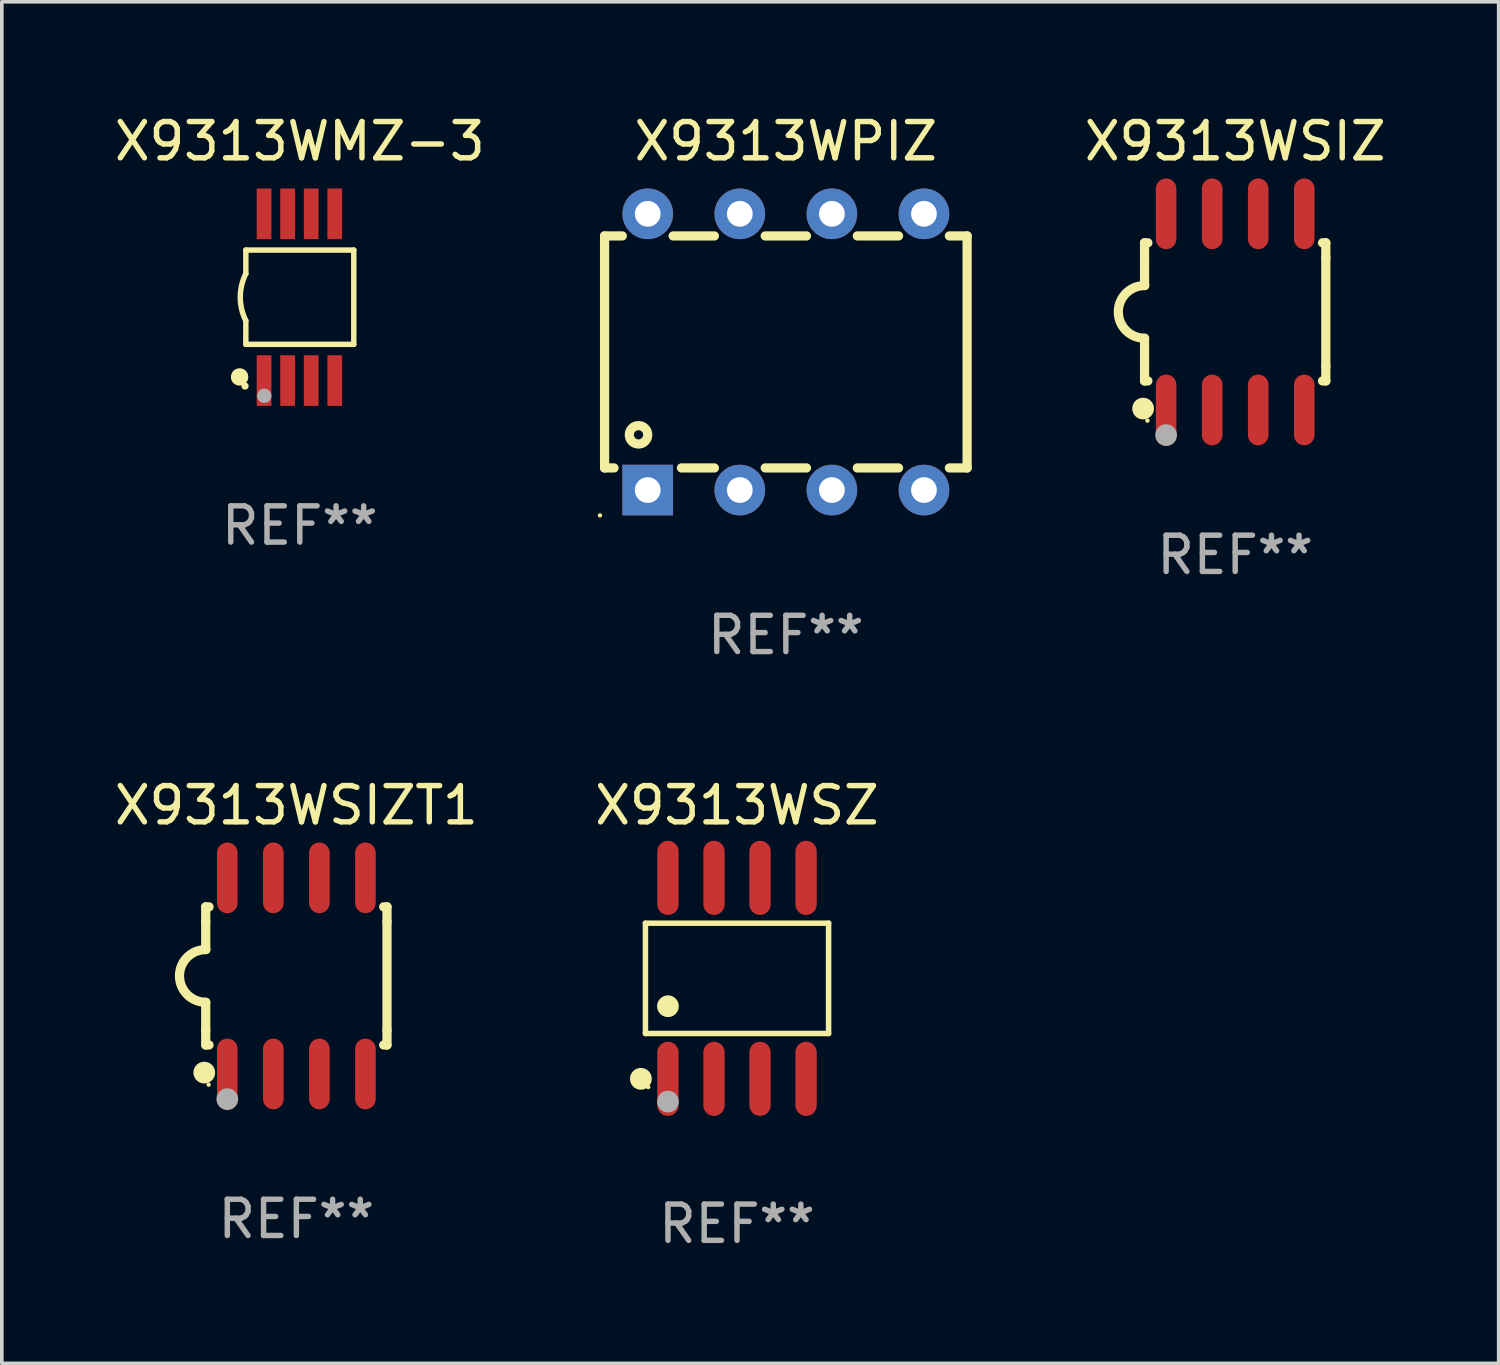
<source format=kicad_pcb>
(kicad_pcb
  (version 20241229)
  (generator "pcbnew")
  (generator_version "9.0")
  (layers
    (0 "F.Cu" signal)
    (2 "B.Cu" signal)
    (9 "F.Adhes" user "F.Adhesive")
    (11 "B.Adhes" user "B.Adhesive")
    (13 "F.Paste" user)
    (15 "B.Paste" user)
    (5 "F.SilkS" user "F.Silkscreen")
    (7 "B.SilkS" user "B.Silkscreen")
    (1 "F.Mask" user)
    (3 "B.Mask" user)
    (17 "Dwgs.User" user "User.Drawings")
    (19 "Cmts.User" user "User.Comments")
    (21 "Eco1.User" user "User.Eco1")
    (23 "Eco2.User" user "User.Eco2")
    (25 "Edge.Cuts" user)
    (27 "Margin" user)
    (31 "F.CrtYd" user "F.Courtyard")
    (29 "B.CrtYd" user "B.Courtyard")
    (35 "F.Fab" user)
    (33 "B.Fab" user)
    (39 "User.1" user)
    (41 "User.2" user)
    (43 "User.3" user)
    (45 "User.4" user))
  (footprint "X9313WSZ"
    (layer "F.Cu")
    (at 17.28 23.937)
    (property "Reference" "X9313WSZ" (at 0 -4.772 0) (layer "F.SilkS") (effects (font (size 1 1) (thickness 0.15))))
    (attr through_hole)
    (fp_line (start -2.526 -1.521) (end 2.526 -1.521) (stroke (width 0.152) (type solid)) (layer "F.SilkS"))
    (fp_line (start -2.526 1.521) (end -2.526 -1.521) (stroke (width 0.152) (type solid)) (layer "F.SilkS"))
    (fp_line (start 2.526 -1.521) (end 2.526 1.521) (stroke (width 0.152) (type solid)) (layer "F.SilkS"))
    (fp_line (start 2.526 1.521) (end -2.526 1.521) (stroke (width 0.152) (type solid)) (layer "F.SilkS"))
    (fp_circle (center -2.652 2.772) (end -2.501 2.772) (stroke (width 0.3) (type solid)) (fill no) (layer "F.SilkS"))
    (fp_circle (center -2.45 3) (end -2.42 3) (stroke (width 0.06) (type solid)) (fill no) (layer "F.SilkS"))
    (fp_circle (center -1.905 0.769) (end -1.755 0.769) (stroke (width 0.3) (type solid)) (fill no) (layer "F.SilkS"))
    (fp_circle (center -1.905 3.4) (end -1.755 3.4) (stroke (width 0.3) (type solid)) (fill no) (layer "F.Fab"))
    (fp_text user "REF**" (at 0 6.772 0) (layer "F.Fab") (effects (font (size 1 1) (thickness 0.15))))
    (pad "1" smd oval (at -1.905 2.772) (size 0.588 2.045) (layers "F.Cu" "F.Mask" "F.Paste"))
    (pad "2" smd oval (at -0.635 2.772) (size 0.588 2.045) (layers "F.Cu" "F.Mask" "F.Paste"))
    (pad "3" smd oval (at 0.635 2.772) (size 0.588 2.045) (layers "F.Cu" "F.Mask" "F.Paste"))
    (pad "4" smd oval (at 1.905 2.772) (size 0.588 2.045) (layers "F.Cu" "F.Mask" "F.Paste"))
    (pad "5" smd oval (at 1.905 -2.772) (size 0.588 2.045) (layers "F.Cu" "F.Mask" "F.Paste"))
    (pad "6" smd oval (at 0.635 -2.772) (size 0.588 2.045) (layers "F.Cu" "F.Mask" "F.Paste"))
    (pad "7" smd oval (at -0.635 -2.772) (size 0.588 2.045) (layers "F.Cu" "F.Mask" "F.Paste"))
    (pad "8" smd oval (at -1.905 -2.772) (size 0.588 2.045) (layers "F.Cu" "F.Mask" "F.Paste")))
  (footprint "X9313WPIZ"
    (layer "F.Cu")
    (at 18.627 6.658)
    (property "Reference" "X9313WPIZ" (at 0 -5.81 0) (layer "F.SilkS") (effects (font (size 1 1) (thickness 0.15))))
    (attr through_hole)
    (fp_line (start -5 -3.2) (end -5 3.2) (stroke (width 0.254) (type solid)) (layer "F.SilkS"))
    (fp_line (start -5 -3.2) (end -4.511 -3.2) (stroke (width 0.254) (type solid)) (layer "F.SilkS"))
    (fp_line (start -5 3.2) (end -4.74 3.2) (stroke (width 0.254) (type solid)) (layer "F.SilkS"))
    (fp_line (start -3.109 -3.2) (end -1.971 -3.2) (stroke (width 0.254) (type solid)) (layer "F.SilkS"))
    (fp_line (start -2.88 3.2) (end -1.971 3.2) (stroke (width 0.254) (type solid)) (layer "F.SilkS"))
    (fp_line (start -0.569 -3.2) (end 0.569 -3.2) (stroke (width 0.254) (type solid)) (layer "F.SilkS"))
    (fp_line (start -0.569 3.2) (end 0.569 3.2) (stroke (width 0.254) (type solid)) (layer "F.SilkS"))
    (fp_line (start 1.971 -3.2) (end 3.109 -3.2) (stroke (width 0.254) (type solid)) (layer "F.SilkS"))
    (fp_line (start 1.971 3.2) (end 3.109 3.2) (stroke (width 0.254) (type solid)) (layer "F.SilkS"))
    (fp_line (start 4.511 -3.2) (end 5 -3.2) (stroke (width 0.254) (type solid)) (layer "F.SilkS"))
    (fp_line (start 4.511 3.2) (end 5 3.2) (stroke (width 0.254) (type solid)) (layer "F.SilkS"))
    (fp_line (start 5 -3.2) (end 5 3.2) (stroke (width 0.254) (type solid)) (layer "F.SilkS"))
    (fp_circle (center -5.127 4.509) (end -5.097 4.509) (stroke (width 0.06) (type solid)) (fill no) (layer "F.SilkS"))
    (fp_circle (center -4.064 2.286) (end -3.81 2.286) (stroke (width 0.254) (type solid)) (fill no) (layer "F.SilkS"))
    (fp_text user "REF**" (at 0 7.81 0) (layer "F.Fab") (effects (font (size 1 1) (thickness 0.15))))
    (pad "1" thru_hole rect (at -3.81 3.81) (size 1.397 1.397) (drill 0.711) (layers "*.Cu" "*.Mask"))
    (pad "2" thru_hole circle (at -1.27 3.81) (size 1.397 1.397) (drill 0.711) (layers "*.Cu" "*.Mask"))
    (pad "3" thru_hole circle (at 1.27 3.81) (size 1.397 1.397) (drill 0.711) (layers "*.Cu" "*.Mask"))
    (pad "4" thru_hole circle (at 3.81 3.81) (size 1.397 1.397) (drill 0.711) (layers "*.Cu" "*.Mask"))
    (pad "5" thru_hole circle (at 3.81 -3.81) (size 1.397 1.397) (drill 0.711) (layers "*.Cu" "*.Mask"))
    (pad "6" thru_hole circle (at 1.27 -3.81) (size 1.397 1.397) (drill 0.711) (layers "*.Cu" "*.Mask"))
    (pad "7" thru_hole circle (at -1.27 -3.81) (size 1.397 1.397) (drill 0.711) (layers "*.Cu" "*.Mask"))
    (pad "8" thru_hole circle (at -3.81 -3.81) (size 1.397 1.397) (drill 0.711) (layers "*.Cu" "*.Mask")))
  (footprint "X9313WSIZT1"
    (layer "F.Cu")
    (at 5.125 23.87)
    (property "Reference" "X9313WSIZT1" (at 0 -4.705 0) (layer "F.SilkS") (effects (font (size 1 1) (thickness 0.15))))
    (attr through_hole)
    (fp_line (start -2.5 -1.905) (end -2.409 -1.905) (stroke (width 0.254) (type solid)) (layer "F.SilkS"))
    (fp_line (start -2.5 -1.5) (end -2.5 -1.905) (stroke (width 0.254) (type solid)) (layer "F.SilkS"))
    (fp_line (start -2.5 -1.5) (end -2.5 -0.726) (stroke (width 0.254) (type solid)) (layer "F.SilkS"))
    (fp_line (start -2.5 1.5) (end -2.5 0.727) (stroke (width 0.254) (type solid)) (layer "F.SilkS"))
    (fp_line (start -2.5 1.5) (end -2.5 1.905) (stroke (width 0.254) (type solid)) (layer "F.SilkS"))
    (fp_line (start -2.5 1.905) (end -2.409 1.905) (stroke (width 0.254) (type solid)) (layer "F.SilkS"))
    (fp_line (start 2.5 -1.905) (end 2.409 -1.905) (stroke (width 0.254) (type solid)) (layer "F.SilkS"))
    (fp_line (start 2.5 -1.5) (end 2.5 -1.905) (stroke (width 0.254) (type solid)) (layer "F.SilkS"))
    (fp_line (start 2.5 -1.5) (end 2.5 1.5) (stroke (width 0.254) (type solid)) (layer "F.SilkS"))
    (fp_line (start 2.5 1.5) (end 2.5 1.905) (stroke (width 0.254) (type solid)) (layer "F.SilkS"))
    (fp_line (start 2.5 1.905) (end 2.409 1.905) (stroke (width 0.254) (type solid)) (layer "F.SilkS"))
    (fp_arc (start -2.5 0.726568) (mid -3.220316 -0.0023) (end -2.495097 -0.726289) (stroke (width 0.254001) (type solid)) (layer "F.SilkS"))
    (fp_circle (center -2.54 2.667) (end -2.39 2.667) (stroke (width 0.3) (type solid)) (fill no) (layer "F.SilkS"))
    (fp_circle (center -2.42 3) (end -2.39 3) (stroke (width 0.06) (type solid)) (fill no) (layer "F.SilkS"))
    (fp_circle (center -1.905 3.4) (end -1.755 3.4) (stroke (width 0.3) (type solid)) (fill no) (layer "F.Fab"))
    (fp_text user "REF**" (at 0 6.705 0) (layer "F.Fab") (effects (font (size 1 1) (thickness 0.15))))
    (pad "1" smd oval (at -1.905 2.705) (size 0.568 1.95) (layers "F.Cu" "F.Mask" "F.Paste"))
    (pad "2" smd oval (at -0.635 2.705) (size 0.568 1.95) (layers "F.Cu" "F.Mask" "F.Paste"))
    (pad "3" smd oval (at 0.635 2.705) (size 0.568 1.95) (layers "F.Cu" "F.Mask" "F.Paste"))
    (pad "4" smd oval (at 1.905 2.705) (size 0.568 1.95) (layers "F.Cu" "F.Mask" "F.Paste"))
    (pad "5" smd oval (at 1.905 -2.705) (size 0.568 1.95) (layers "F.Cu" "F.Mask" "F.Paste"))
    (pad "6" smd oval (at 0.635 -2.705) (size 0.568 1.95) (layers "F.Cu" "F.Mask" "F.Paste"))
    (pad "7" smd oval (at -0.635 -2.705) (size 0.568 1.95) (layers "F.Cu" "F.Mask" "F.Paste"))
    (pad "8" smd oval (at -1.905 -2.705) (size 0.568 1.95) (layers "F.Cu" "F.Mask" "F.Paste")))
  (footprint "X9313WSIZ"
    (layer "F.Cu")
    (at 31.022 5.553)
    (property "Reference" "X9313WSIZ" (at 0 -4.705 0) (layer "F.SilkS") (effects (font (size 1 1) (thickness 0.15))))
    (attr through_hole)
    (fp_line (start -2.5 -1.905) (end -2.409 -1.905) (stroke (width 0.254) (type solid)) (layer "F.SilkS"))
    (fp_line (start -2.5 -1.5) (end -2.5 -1.905) (stroke (width 0.254) (type solid)) (layer "F.SilkS"))
    (fp_line (start -2.5 -1.5) (end -2.5 -0.726) (stroke (width 0.254) (type solid)) (layer "F.SilkS"))
    (fp_line (start -2.5 1.5) (end -2.5 0.727) (stroke (width 0.254) (type solid)) (layer "F.SilkS"))
    (fp_line (start -2.5 1.5) (end -2.5 1.905) (stroke (width 0.254) (type solid)) (layer "F.SilkS"))
    (fp_line (start -2.5 1.905) (end -2.409 1.905) (stroke (width 0.254) (type solid)) (layer "F.SilkS"))
    (fp_line (start 2.5 -1.905) (end 2.409 -1.905) (stroke (width 0.254) (type solid)) (layer "F.SilkS"))
    (fp_line (start 2.5 -1.5) (end 2.5 -1.905) (stroke (width 0.254) (type solid)) (layer "F.SilkS"))
    (fp_line (start 2.5 -1.5) (end 2.5 1.5) (stroke (width 0.254) (type solid)) (layer "F.SilkS"))
    (fp_line (start 2.5 1.5) (end 2.5 1.905) (stroke (width 0.254) (type solid)) (layer "F.SilkS"))
    (fp_line (start 2.5 1.905) (end 2.409 1.905) (stroke (width 0.254) (type solid)) (layer "F.SilkS"))
    (fp_arc (start -2.5 0.726568) (mid -3.220316 -0.0023) (end -2.495097 -0.726289) (stroke (width 0.254001) (type solid)) (layer "F.SilkS"))
    (fp_circle (center -2.54 2.667) (end -2.39 2.667) (stroke (width 0.3) (type solid)) (fill no) (layer "F.SilkS"))
    (fp_circle (center -2.42 3) (end -2.39 3) (stroke (width 0.06) (type solid)) (fill no) (layer "F.SilkS"))
    (fp_circle (center -1.905 3.4) (end -1.755 3.4) (stroke (width 0.3) (type solid)) (fill no) (layer "F.Fab"))
    (fp_text user "REF**" (at 0 6.705 0) (layer "F.Fab") (effects (font (size 1 1) (thickness 0.15))))
    (pad "1" smd oval (at -1.905 2.705) (size 0.568 1.95) (layers "F.Cu" "F.Mask" "F.Paste"))
    (pad "2" smd oval (at -0.635 2.705) (size 0.568 1.95) (layers "F.Cu" "F.Mask" "F.Paste"))
    (pad "3" smd oval (at 0.635 2.705) (size 0.568 1.95) (layers "F.Cu" "F.Mask" "F.Paste"))
    (pad "4" smd oval (at 1.905 2.705) (size 0.568 1.95) (layers "F.Cu" "F.Mask" "F.Paste"))
    (pad "5" smd oval (at 1.905 -2.705) (size 0.568 1.95) (layers "F.Cu" "F.Mask" "F.Paste"))
    (pad "6" smd oval (at 0.635 -2.705) (size 0.568 1.95) (layers "F.Cu" "F.Mask" "F.Paste"))
    (pad "7" smd oval (at -0.635 -2.705) (size 0.568 1.95) (layers "F.Cu" "F.Mask" "F.Paste"))
    (pad "8" smd oval (at -1.905 -2.705) (size 0.568 1.95) (layers "F.Cu" "F.Mask" "F.Paste")))
  (footprint "X9313WMZ-3"
    (layer "F.Cu")
    (at 5.22 5.148)
    (property "Reference" "X9313WMZ-3" (at 0 -4.3 0) (layer "F.SilkS") (effects (font (size 1 1) (thickness 0.15))))
    (attr through_hole)
    (fp_line (start -1.489 -1.3) (end -1.489 -0.648) (stroke (width 0.15) (type solid)) (layer "F.SilkS"))
    (fp_line (start -1.489 0.648) (end -1.489 1.3) (stroke (width 0.15) (type solid)) (layer "F.SilkS"))
    (fp_line (start -1.489 1.3) (end 1.489 1.3) (stroke (width 0.15) (type solid)) (layer "F.SilkS"))
    (fp_line (start 1.489 -1.3) (end -1.489 -1.3) (stroke (width 0.15) (type solid)) (layer "F.SilkS"))
    (fp_line (start 1.489 1.3) (end 1.489 -1.3) (stroke (width 0.15) (type solid)) (layer "F.SilkS"))
    (fp_arc (start -1.489205 0.647702) (mid -1.642107 0) (end -1.489205 -0.647701) (stroke (width 0.150013) (type solid)) (layer "F.SilkS"))
    (fp_circle (center -1.661 2.2) (end -1.541 2.2) (stroke (width 0.24) (type solid)) (fill no) (layer "F.SilkS"))
    (fp_circle (center -1.511 2.45) (end -1.461 2.45) (stroke (width 0.1) (type solid)) (fill no) (layer "F.SilkS"))
    (fp_circle (center -0.981 2.72) (end -0.881 2.72) (stroke (width 0.2) (type solid)) (fill no) (layer "F.Fab"))
    (fp_text user "REF**" (at 0 6.3 0) (layer "F.Fab") (effects (font (size 1 1) (thickness 0.15))))
    (pad "1" smd rect (at -0.986 2.3) (size 0.406 1.397) (layers "F.Cu" "F.Mask" "F.Paste"))
    (pad "2" smd rect (at -0.336 2.3) (size 0.406 1.397) (layers "F.Cu" "F.Mask" "F.Paste"))
    (pad "3" smd rect (at 0.314 2.3) (size 0.406 1.397) (layers "F.Cu" "F.Mask" "F.Paste"))
    (pad "4" smd rect (at 0.964 2.3) (size 0.406 1.397) (layers "F.Cu" "F.Mask" "F.Paste"))
    (pad "5" smd rect (at 0.964 -2.3) (size 0.406 1.397) (layers "F.Cu" "F.Mask" "F.Paste"))
    (pad "6" smd rect (at 0.314 -2.3) (size 0.406 1.397) (layers "F.Cu" "F.Mask" "F.Paste"))
    (pad "7" smd rect (at -0.336 -2.3) (size 0.406 1.397) (layers "F.Cu" "F.Mask" "F.Paste"))
    (pad "8" smd rect (at -0.986 -2.3) (size 0.406 1.397) (layers "F.Cu" "F.Mask" "F.Paste")))
  (gr_rect
    (start -3 -3)
    (end 38.29 34.558)
    (stroke (width 0.1) (type default))
    (fill no)
    (layer "Edge.Cuts")))
</source>
